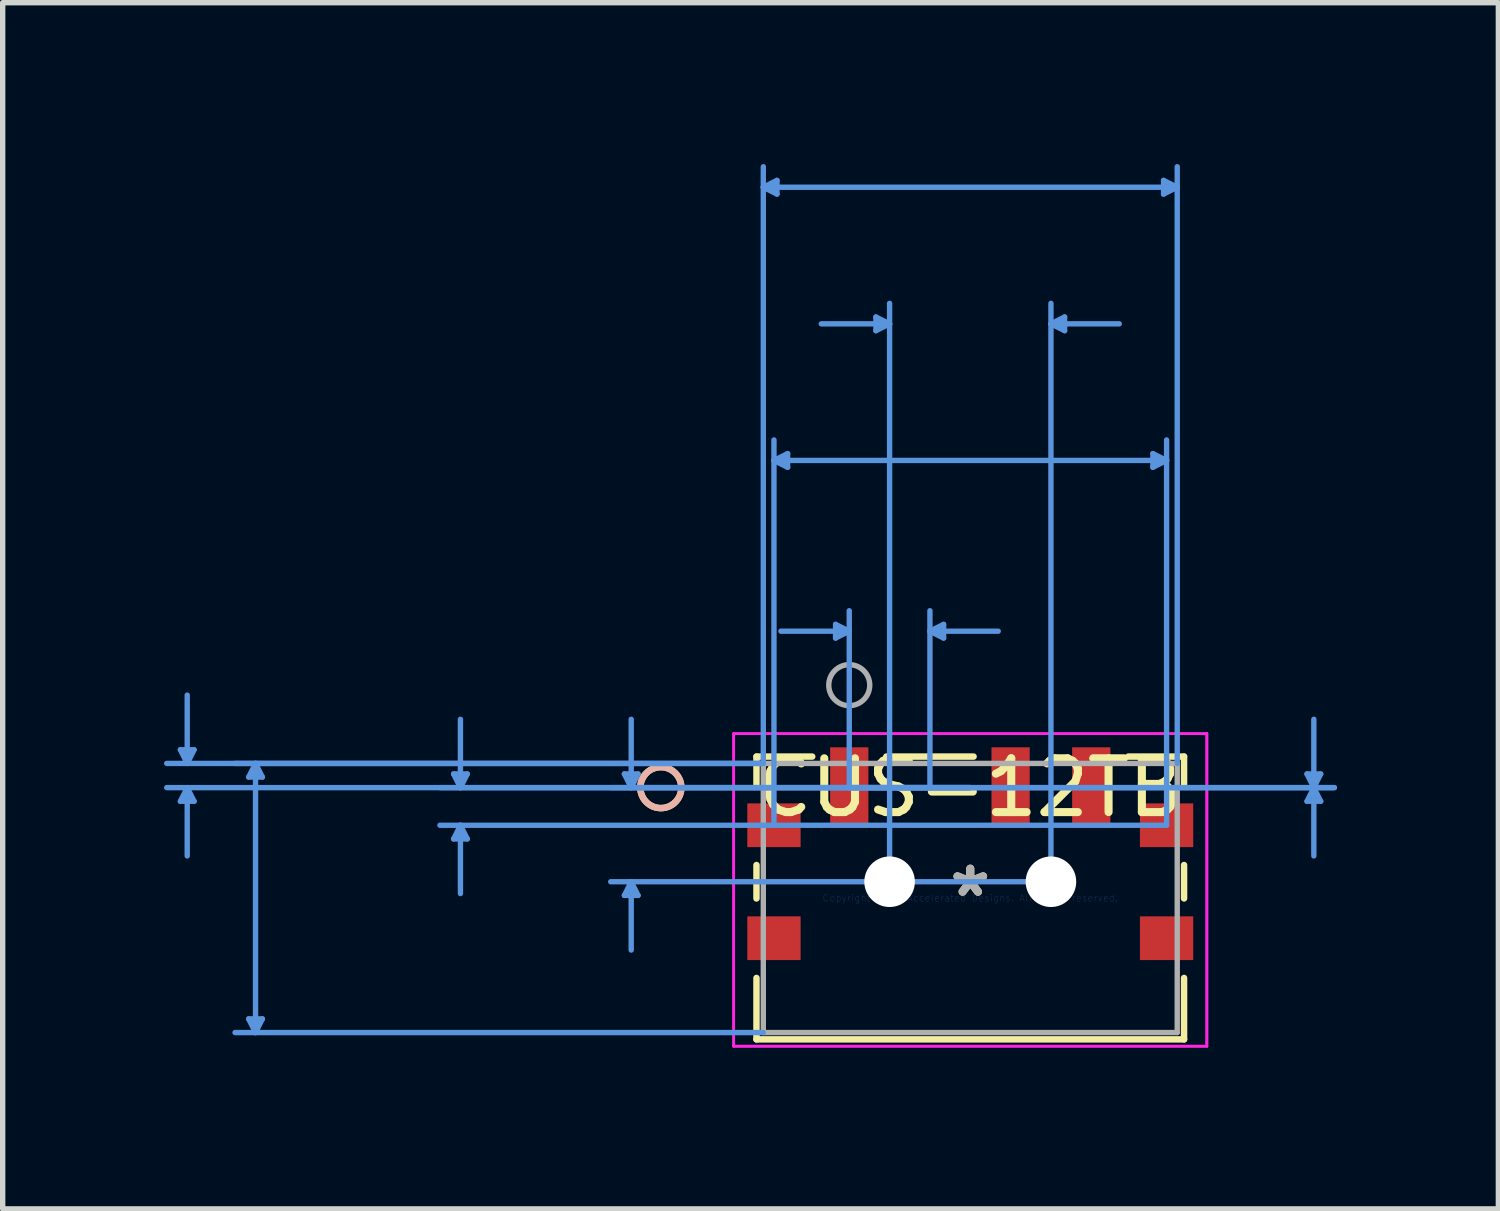
<source format=kicad_pcb>
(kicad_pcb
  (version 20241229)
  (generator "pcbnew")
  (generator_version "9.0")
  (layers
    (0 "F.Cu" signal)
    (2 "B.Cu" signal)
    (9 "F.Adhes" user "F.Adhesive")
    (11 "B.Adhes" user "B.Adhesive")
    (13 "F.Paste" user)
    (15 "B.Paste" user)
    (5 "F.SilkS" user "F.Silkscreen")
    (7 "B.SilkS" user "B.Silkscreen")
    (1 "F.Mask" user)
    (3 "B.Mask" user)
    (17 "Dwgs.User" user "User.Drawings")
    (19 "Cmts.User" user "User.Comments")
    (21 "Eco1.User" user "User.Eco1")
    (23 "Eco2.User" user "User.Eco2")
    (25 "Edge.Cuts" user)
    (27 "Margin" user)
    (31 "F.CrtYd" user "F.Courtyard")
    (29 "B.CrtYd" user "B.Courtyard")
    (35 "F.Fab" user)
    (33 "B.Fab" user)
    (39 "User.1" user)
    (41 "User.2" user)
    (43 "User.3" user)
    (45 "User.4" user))
  (footprint "CUS-12TB"
    (layer "F.Cu")
    (at 14.99 13.646)
    (property "Reference" "CUS-12TB" (at 0 -2.052 0) (layer "F.SilkS") (effects (font (size 1 1) (thickness 0.15))))
    (attr through_hole)
    (fp_line (start -3.975 -2.629) (end -3.975 -2.091) (stroke (width 0.12) (type solid)) (layer "F.SilkS"))
    (fp_line (start -3.975 -0.613) (end -3.975 0.009) (stroke (width 0.12) (type solid)) (layer "F.SilkS"))
    (fp_line (start -3.975 1.487) (end -3.975 2.629) (stroke (width 0.12) (type solid)) (layer "F.SilkS"))
    (fp_line (start -3.975 2.629) (end 3.975 2.629) (stroke (width 0.12) (type solid)) (layer "F.SilkS"))
    (fp_line (start -2.938 -2.629) (end -3.975 -2.629) (stroke (width 0.12) (type solid)) (layer "F.SilkS"))
    (fp_line (start 0.062 -2.629) (end -1.562 -2.629) (stroke (width 0.12) (type solid)) (layer "F.SilkS"))
    (fp_line (start 3.975 -2.629) (end 2.938 -2.629) (stroke (width 0.12) (type solid)) (layer "F.SilkS"))
    (fp_line (start 3.975 -2.091) (end 3.975 -2.629) (stroke (width 0.12) (type solid)) (layer "F.SilkS"))
    (fp_line (start 3.975 0.009) (end 3.975 -0.613) (stroke (width 0.12) (type solid)) (layer "F.SilkS"))
    (fp_line (start 3.975 2.629) (end 3.975 1.487) (stroke (width 0.12) (type solid)) (layer "F.SilkS"))
    (fp_circle (center -5.753 -2.052) (end -5.372 -2.052) (stroke (width 0.12) (type solid)) (fill no) (layer "F.SilkS"))
    (fp_circle (center -5.753 -2.052) (end -5.372 -2.052) (stroke (width 0.12) (type solid)) (fill no) (layer "B.SilkS"))
    (fp_line (start -14.686 -2.756) (end -14.432 -2.756) (stroke (width 0.1) (type solid)) (layer "Cmts.User"))
    (fp_line (start -14.686 -1.798) (end -14.432 -1.798) (stroke (width 0.1) (type solid)) (layer "Cmts.User"))
    (fp_line (start -14.559 -2.502) (end -14.686 -2.756) (stroke (width 0.1) (type solid)) (layer "Cmts.User"))
    (fp_line (start -14.559 -2.502) (end -14.559 -3.772) (stroke (width 0.1) (type solid)) (layer "Cmts.User"))
    (fp_line (start -14.559 -2.502) (end -14.432 -2.756) (stroke (width 0.1) (type solid)) (layer "Cmts.User"))
    (fp_line (start -14.559 -2.052) (end -14.686 -1.798) (stroke (width 0.1) (type solid)) (layer "Cmts.User"))
    (fp_line (start -14.559 -2.052) (end -14.559 -0.782) (stroke (width 0.1) (type solid)) (layer "Cmts.User"))
    (fp_line (start -14.559 -2.052) (end -14.432 -1.798) (stroke (width 0.1) (type solid)) (layer "Cmts.User"))
    (fp_line (start -13.416 -2.248) (end -13.162 -2.248) (stroke (width 0.1) (type solid)) (layer "Cmts.User"))
    (fp_line (start -13.416 2.248) (end -13.162 2.248) (stroke (width 0.1) (type solid)) (layer "Cmts.User"))
    (fp_line (start -13.289 -2.502) (end -13.416 -2.248) (stroke (width 0.1) (type solid)) (layer "Cmts.User"))
    (fp_line (start -13.289 -2.502) (end -13.289 2.502) (stroke (width 0.1) (type solid)) (layer "Cmts.User"))
    (fp_line (start -13.289 -2.502) (end -13.162 -2.248) (stroke (width 0.1) (type solid)) (layer "Cmts.User"))
    (fp_line (start -13.289 2.502) (end -13.416 2.248) (stroke (width 0.1) (type solid)) (layer "Cmts.User"))
    (fp_line (start -13.289 2.502) (end -13.162 2.248) (stroke (width 0.1) (type solid)) (layer "Cmts.User"))
    (fp_line (start -9.606 -2.306) (end -9.352 -2.306) (stroke (width 0.1) (type solid)) (layer "Cmts.User"))
    (fp_line (start -9.606 -1.098) (end -9.352 -1.098) (stroke (width 0.1) (type solid)) (layer "Cmts.User"))
    (fp_line (start -9.479 -2.052) (end -9.606 -2.306) (stroke (width 0.1) (type solid)) (layer "Cmts.User"))
    (fp_line (start -9.479 -2.052) (end -9.479 -3.322) (stroke (width 0.1) (type solid)) (layer "Cmts.User"))
    (fp_line (start -9.479 -2.052) (end -9.352 -2.306) (stroke (width 0.1) (type solid)) (layer "Cmts.User"))
    (fp_line (start -9.479 -1.352) (end -9.606 -1.098) (stroke (width 0.1) (type solid)) (layer "Cmts.User"))
    (fp_line (start -9.479 -1.352) (end -9.479 -0.082) (stroke (width 0.1) (type solid)) (layer "Cmts.User"))
    (fp_line (start -9.479 -1.352) (end -9.352 -1.098) (stroke (width 0.1) (type solid)) (layer "Cmts.User"))
    (fp_line (start -6.431 -2.306) (end -6.177 -2.306) (stroke (width 0.1) (type solid)) (layer "Cmts.User"))
    (fp_line (start -6.431 -0.048) (end -6.177 -0.048) (stroke (width 0.1) (type solid)) (layer "Cmts.User"))
    (fp_line (start -6.304 -2.052) (end -6.431 -2.306) (stroke (width 0.1) (type solid)) (layer "Cmts.User"))
    (fp_line (start -6.304 -2.052) (end -6.304 -3.322) (stroke (width 0.1) (type solid)) (layer "Cmts.User"))
    (fp_line (start -6.304 -2.052) (end -6.177 -2.306) (stroke (width 0.1) (type solid)) (layer "Cmts.User"))
    (fp_line (start -6.304 -0.302) (end -6.431 -0.048) (stroke (width 0.1) (type solid)) (layer "Cmts.User"))
    (fp_line (start -6.304 -0.302) (end -6.304 0.968) (stroke (width 0.1) (type solid)) (layer "Cmts.User"))
    (fp_line (start -6.304 -0.302) (end -6.177 -0.048) (stroke (width 0.1) (type solid)) (layer "Cmts.User"))
    (fp_line (start -3.848 -13.215) (end -3.594 -13.342) (stroke (width 0.1) (type solid)) (layer "Cmts.User"))
    (fp_line (start -3.848 -13.215) (end -3.594 -13.088) (stroke (width 0.1) (type solid)) (layer "Cmts.User"))
    (fp_line (start -3.848 -13.215) (end 3.848 -13.215) (stroke (width 0.1) (type solid)) (layer "Cmts.User"))
    (fp_line (start -3.848 -2.502) (end -14.94 -2.502) (stroke (width 0.1) (type solid)) (layer "Cmts.User"))
    (fp_line (start -3.848 -2.502) (end -13.67 -2.502) (stroke (width 0.1) (type solid)) (layer "Cmts.User"))
    (fp_line (start -3.848 -2.502) (end -3.848 -13.596) (stroke (width 0.1) (type solid)) (layer "Cmts.User"))
    (fp_line (start -3.848 2.502) (end -13.67 2.502) (stroke (width 0.1) (type solid)) (layer "Cmts.User"))
    (fp_line (start -3.65 -8.135) (end -3.396 -8.262) (stroke (width 0.1) (type solid)) (layer "Cmts.User"))
    (fp_line (start -3.65 -8.135) (end -3.396 -8.008) (stroke (width 0.1) (type solid)) (layer "Cmts.User"))
    (fp_line (start -3.65 -8.135) (end 3.65 -8.135) (stroke (width 0.1) (type solid)) (layer "Cmts.User"))
    (fp_line (start -3.65 -1.352) (end -3.65 -8.516) (stroke (width 0.1) (type solid)) (layer "Cmts.User"))
    (fp_line (start -3.594 -13.342) (end -3.594 -13.088) (stroke (width 0.1) (type solid)) (layer "Cmts.User"))
    (fp_line (start -3.396 -8.262) (end -3.396 -8.008) (stroke (width 0.1) (type solid)) (layer "Cmts.User"))
    (fp_line (start -2.504 -5.087) (end -2.504 -4.833) (stroke (width 0.1) (type solid)) (layer "Cmts.User"))
    (fp_line (start -2.25 -4.96) (end -3.52 -4.96) (stroke (width 0.1) (type solid)) (layer "Cmts.User"))
    (fp_line (start -2.25 -4.96) (end -2.504 -5.087) (stroke (width 0.1) (type solid)) (layer "Cmts.User"))
    (fp_line (start -2.25 -4.96) (end -2.504 -4.833) (stroke (width 0.1) (type solid)) (layer "Cmts.User"))
    (fp_line (start -2.25 -2.052) (end -2.25 -5.341) (stroke (width 0.1) (type solid)) (layer "Cmts.User"))
    (fp_line (start -2.25 -2.052) (end 6.769 -2.052) (stroke (width 0.1) (type solid)) (layer "Cmts.User"))
    (fp_line (start -2.25 -2.052) (end 6.769 -2.052) (stroke (width 0.1) (type solid)) (layer "Cmts.User"))
    (fp_line (start -1.754 -10.802) (end -1.754 -10.548) (stroke (width 0.1) (type solid)) (layer "Cmts.User"))
    (fp_line (start -1.5 -10.675) (end -2.77 -10.675) (stroke (width 0.1) (type solid)) (layer "Cmts.User"))
    (fp_line (start -1.5 -10.675) (end -1.754 -10.802) (stroke (width 0.1) (type solid)) (layer "Cmts.User"))
    (fp_line (start -1.5 -10.675) (end -1.754 -10.548) (stroke (width 0.1) (type solid)) (layer "Cmts.User"))
    (fp_line (start -1.5 -0.302) (end -1.5 -11.056) (stroke (width 0.1) (type solid)) (layer "Cmts.User"))
    (fp_line (start -0.75 -4.96) (end -0.496 -5.087) (stroke (width 0.1) (type solid)) (layer "Cmts.User"))
    (fp_line (start -0.75 -4.96) (end -0.496 -4.833) (stroke (width 0.1) (type solid)) (layer "Cmts.User"))
    (fp_line (start -0.75 -4.96) (end 0.52 -4.96) (stroke (width 0.1) (type solid)) (layer "Cmts.User"))
    (fp_line (start -0.75 -2.052) (end -0.75 -5.341) (stroke (width 0.1) (type solid)) (layer "Cmts.User"))
    (fp_line (start -0.496 -5.087) (end -0.496 -4.833) (stroke (width 0.1) (type solid)) (layer "Cmts.User"))
    (fp_line (start 0 -2.052) (end -14.94 -2.052) (stroke (width 0.1) (type solid)) (layer "Cmts.User"))
    (fp_line (start 0 -2.052) (end -9.86 -2.052) (stroke (width 0.1) (type solid)) (layer "Cmts.User"))
    (fp_line (start 0 -2.052) (end -6.685 -2.052) (stroke (width 0.1) (type solid)) (layer "Cmts.User"))
    (fp_line (start 1.5 -10.675) (end 1.754 -10.802) (stroke (width 0.1) (type solid)) (layer "Cmts.User"))
    (fp_line (start 1.5 -10.675) (end 1.754 -10.548) (stroke (width 0.1) (type solid)) (layer "Cmts.User"))
    (fp_line (start 1.5 -10.675) (end 2.77 -10.675) (stroke (width 0.1) (type solid)) (layer "Cmts.User"))
    (fp_line (start 1.5 -0.302) (end -6.685 -0.302) (stroke (width 0.1) (type solid)) (layer "Cmts.User"))
    (fp_line (start 1.5 -0.302) (end 1.5 -11.056) (stroke (width 0.1) (type solid)) (layer "Cmts.User"))
    (fp_line (start 1.754 -10.802) (end 1.754 -10.548) (stroke (width 0.1) (type solid)) (layer "Cmts.User"))
    (fp_line (start 3.396 -8.262) (end 3.396 -8.008) (stroke (width 0.1) (type solid)) (layer "Cmts.User"))
    (fp_line (start 3.594 -13.342) (end 3.594 -13.088) (stroke (width 0.1) (type solid)) (layer "Cmts.User"))
    (fp_line (start 3.65 -8.135) (end 3.396 -8.262) (stroke (width 0.1) (type solid)) (layer "Cmts.User"))
    (fp_line (start 3.65 -8.135) (end 3.396 -8.008) (stroke (width 0.1) (type solid)) (layer "Cmts.User"))
    (fp_line (start 3.65 -1.352) (end -9.86 -1.352) (stroke (width 0.1) (type solid)) (layer "Cmts.User"))
    (fp_line (start 3.65 -1.352) (end 3.65 -8.516) (stroke (width 0.1) (type solid)) (layer "Cmts.User"))
    (fp_line (start 3.848 -13.215) (end 3.594 -13.342) (stroke (width 0.1) (type solid)) (layer "Cmts.User"))
    (fp_line (start 3.848 -13.215) (end 3.594 -13.088) (stroke (width 0.1) (type solid)) (layer "Cmts.User"))
    (fp_line (start 3.848 -2.502) (end 3.848 -13.596) (stroke (width 0.1) (type solid)) (layer "Cmts.User"))
    (fp_line (start 6.261 -2.306) (end 6.515 -2.306) (stroke (width 0.1) (type solid)) (layer "Cmts.User"))
    (fp_line (start 6.261 -1.798) (end 6.515 -1.798) (stroke (width 0.1) (type solid)) (layer "Cmts.User"))
    (fp_line (start 6.388 -2.052) (end 6.261 -2.306) (stroke (width 0.1) (type solid)) (layer "Cmts.User"))
    (fp_line (start 6.388 -2.052) (end 6.261 -1.798) (stroke (width 0.1) (type solid)) (layer "Cmts.User"))
    (fp_line (start 6.388 -2.052) (end 6.388 -3.322) (stroke (width 0.1) (type solid)) (layer "Cmts.User"))
    (fp_line (start 6.388 -2.052) (end 6.388 -0.782) (stroke (width 0.1) (type solid)) (layer "Cmts.User"))
    (fp_line (start 6.388 -2.052) (end 6.515 -2.306) (stroke (width 0.1) (type solid)) (layer "Cmts.User"))
    (fp_line (start 6.388 -2.052) (end 6.515 -1.798) (stroke (width 0.1) (type solid)) (layer "Cmts.User"))
    (fp_line (start -4.399 -3.055) (end -4.399 2.756) (stroke (width 0.05) (type solid)) (layer "F.CrtYd"))
    (fp_line (start -4.399 -3.055) (end -4.399 2.756) (stroke (width 0.05) (type solid)) (layer "F.CrtYd"))
    (fp_line (start -4.399 2.756) (end 4.399 2.756) (stroke (width 0.05) (type solid)) (layer "F.CrtYd"))
    (fp_line (start -4.399 2.756) (end 4.399 2.756) (stroke (width 0.05) (type solid)) (layer "F.CrtYd"))
    (fp_line (start 4.399 -3.055) (end -4.399 -3.055) (stroke (width 0.05) (type solid)) (layer "F.CrtYd"))
    (fp_line (start 4.399 -3.055) (end -4.399 -3.055) (stroke (width 0.05) (type solid)) (layer "F.CrtYd"))
    (fp_line (start 4.399 2.756) (end 4.399 -3.055) (stroke (width 0.05) (type solid)) (layer "F.CrtYd"))
    (fp_line (start 4.399 2.756) (end 4.399 -3.055) (stroke (width 0.05) (type solid)) (layer "F.CrtYd"))
    (fp_line (start -3.848 -2.502) (end -3.848 2.502) (stroke (width 0.1) (type solid)) (layer "F.Fab"))
    (fp_line (start -3.848 2.502) (end 3.848 2.502) (stroke (width 0.1) (type solid)) (layer "F.Fab"))
    (fp_line (start 3.848 -2.502) (end -3.848 -2.502) (stroke (width 0.1) (type solid)) (layer "F.Fab"))
    (fp_line (start 3.848 2.502) (end 3.848 -2.502) (stroke (width 0.1) (type solid)) (layer "F.Fab"))
    (fp_circle (center -2.25 -3.957) (end -1.869 -3.957) (stroke (width 0.1) (type solid)) (fill no) (layer "F.Fab"))
    (fp_text user "*" (at 0 0 0) (layer "F.SilkS") (effects (font (size 1 1) (thickness 0.15))))
    (fp_text user "Copyright 2021 Accelerated Designs. All rights reserved." (at 0 0 0) (layer "Cmts.User") (effects (font (size 0.127 0.127) (thickness 0.002))))
    (fp_text user "*" (at 0 0 0) (layer "F.Fab") (effects (font (size 1 1) (thickness 0.15))))
    (pad "" np_thru_hole circle (at -1.5 -0.302) (size 0.94 0.94) (drill 0.94) (layers "*.Cu" "*.Mask"))
    (pad "" np_thru_hole circle (at 1.5 -0.302) (size 0.94 0.94) (drill 0.94) (layers "*.Cu" "*.Mask"))
    (pad "1" smd rect (at -2.25 -2.052) (size 0.711 1.499) (layers "F.Cu" "F.Mask" "F.Paste"))
    (pad "2" smd rect (at 0.75 -2.052) (size 0.711 1.499) (layers "F.Cu" "F.Mask" "F.Paste"))
    (pad "3" smd rect (at 2.25 -2.052) (size 0.711 1.499) (layers "F.Cu" "F.Mask" "F.Paste"))
    (pad "6" smd rect (at -3.65 -1.352) (size 0.991 0.813) (layers "F.Cu" "F.Mask" "F.Paste"))
    (pad "7" smd rect (at 3.65 -1.352) (size 0.991 0.813) (layers "F.Cu" "F.Mask" "F.Paste"))
    (pad "8" smd rect (at -3.65 0.748) (size 0.991 0.813) (layers "F.Cu" "F.Mask" "F.Paste"))
    (pad "9" smd rect (at 3.65 0.748) (size 0.991 0.813) (layers "F.Cu" "F.Mask" "F.Paste")))
  (gr_rect
    (start -3 -3)
    (end 24.809 19.427)
    (stroke (width 0.1) (type default))
    (fill no)
    (layer "Edge.Cuts")))
</source>
